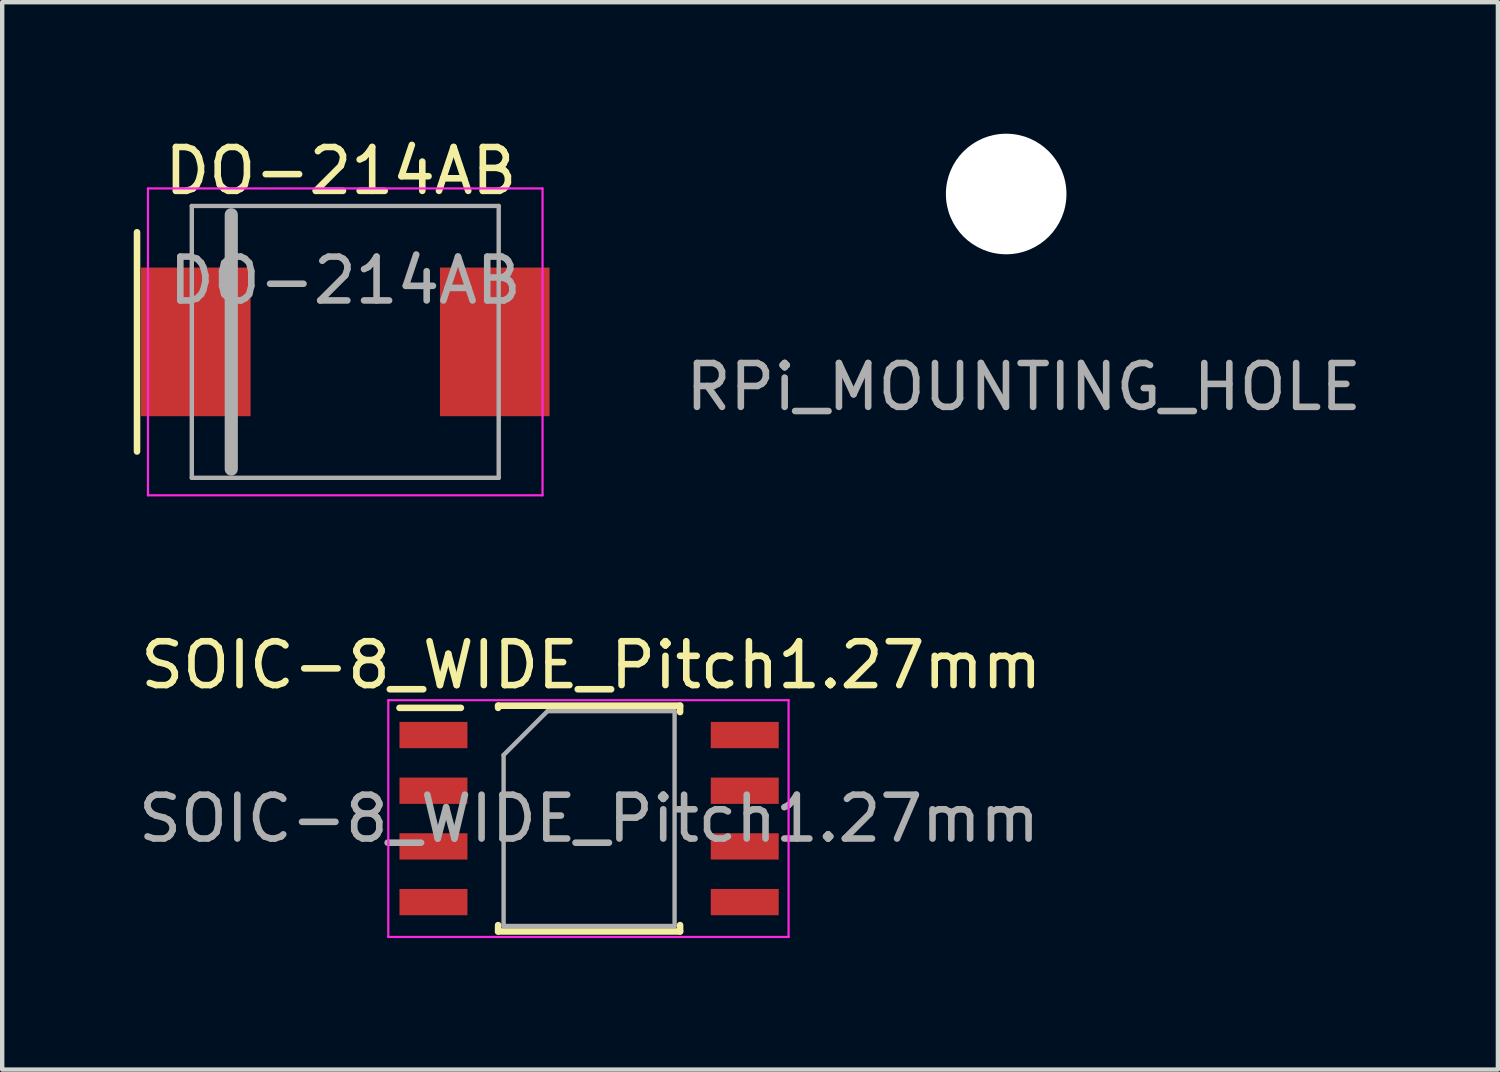
<source format=kicad_pcb>
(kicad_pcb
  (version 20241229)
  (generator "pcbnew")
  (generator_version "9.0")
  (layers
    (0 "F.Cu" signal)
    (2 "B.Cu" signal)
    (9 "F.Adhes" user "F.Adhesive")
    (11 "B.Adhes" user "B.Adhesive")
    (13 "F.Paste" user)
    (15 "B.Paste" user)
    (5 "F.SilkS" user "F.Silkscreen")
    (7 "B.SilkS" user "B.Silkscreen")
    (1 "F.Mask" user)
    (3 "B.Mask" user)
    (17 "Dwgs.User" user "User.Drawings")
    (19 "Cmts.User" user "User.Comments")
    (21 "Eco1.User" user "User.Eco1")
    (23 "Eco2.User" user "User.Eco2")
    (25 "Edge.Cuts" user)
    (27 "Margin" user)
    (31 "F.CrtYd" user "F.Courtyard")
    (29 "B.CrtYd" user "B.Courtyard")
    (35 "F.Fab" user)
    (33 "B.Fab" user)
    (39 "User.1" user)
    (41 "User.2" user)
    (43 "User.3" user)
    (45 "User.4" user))
  (footprint "RPi_MOUNTING_HOLE"
    (layer "F.Cu")
    (at 19.9 1.375)
    (property "Reference" "RPi_MOUNTING_HOLE" (at 0.4 4.4 0) (layer "F.Fab") (effects (font (size 1 1) (thickness 0.15))))
    (attr through_hole)
    (pad "" np_thru_hole circle (at 0 0) (size 2.75 2.75) (drill 2.75) (layers "*.Cu" "*.Mask")))
  (footprint "SOIC-8_WIDE_Pitch1.27mm"
    (layer "F.Cu")
    (at 9.537 15.621)
    (property "Reference" "SOIC-8_WIDE_Pitch1.27mm" (at 0.9 -3.5 0) (layer "F.SilkS") (effects (font (size 1 1) (thickness 0.15))))
    (attr smd)
    (fp_line (start -2.075 -2.525) (end -3.475 -2.525) (stroke (width 0.15) (type solid)) (layer "F.SilkS"))
    (fp_line (start -1.225 -2.575) (end -1.225 -2.525) (stroke (width 0.15) (type solid)) (layer "F.SilkS"))
    (fp_line (start -1.225 -2.575) (end 2.925 -2.575) (stroke (width 0.15) (type solid)) (layer "F.SilkS"))
    (fp_line (start -1.225 2.575) (end -1.225 2.43) (stroke (width 0.15) (type solid)) (layer "F.SilkS"))
    (fp_line (start -1.225 2.575) (end 2.925 2.575) (stroke (width 0.15) (type solid)) (layer "F.SilkS"))
    (fp_line (start 2.925 -2.575) (end 2.925 -2.43) (stroke (width 0.15) (type solid)) (layer "F.SilkS"))
    (fp_line (start 2.925 2.575) (end 2.925 2.43) (stroke (width 0.15) (type solid)) (layer "F.SilkS"))
    (fp_line (start -3.73 -2.7) (end -3.73 2.7) (stroke (width 0.05) (type solid)) (layer "F.CrtYd"))
    (fp_line (start -3.73 -2.7) (end 5.4 -2.7) (stroke (width 0.05) (type solid)) (layer "F.CrtYd"))
    (fp_line (start -3.73 2.7) (end 5.4 2.7) (stroke (width 0.05) (type solid)) (layer "F.CrtYd"))
    (fp_line (start 5.4 -2.7) (end 5.4 2.7) (stroke (width 0.05) (type solid)) (layer "F.CrtYd"))
    (fp_line (start -1.1 -1.45) (end -0.1 -2.45) (stroke (width 0.1) (type solid)) (layer "F.Fab"))
    (fp_line (start -1.1 2.45) (end -1.1 -1.45) (stroke (width 0.1) (type solid)) (layer "F.Fab"))
    (fp_line (start -0.1 -2.45) (end 2.8 -2.45) (stroke (width 0.1) (type solid)) (layer "F.Fab"))
    (fp_line (start 2.8 -2.45) (end 2.8 2.45) (stroke (width 0.1) (type solid)) (layer "F.Fab"))
    (fp_line (start 2.8 2.45) (end -1.1 2.45) (stroke (width 0.1) (type solid)) (layer "F.Fab"))
    (fp_text user "${REFERENCE}" (at 0.85 0 0) (layer "F.Fab") (effects (font (size 1 1) (thickness 0.15))))
    (pad "1" smd rect (at -2.7 -1.905) (size 1.55 0.6) (layers "F.Cu" "F.Mask" "F.Paste"))
    (pad "2" smd rect (at -2.7 -0.635) (size 1.55 0.6) (layers "F.Cu" "F.Mask" "F.Paste"))
    (pad "3" smd rect (at -2.7 0.635) (size 1.55 0.6) (layers "F.Cu" "F.Mask" "F.Paste"))
    (pad "4" smd rect (at -2.7 1.905) (size 1.55 0.6) (layers "F.Cu" "F.Mask" "F.Paste"))
    (pad "5" smd rect (at 4.4 1.905) (size 1.55 0.6) (layers "F.Cu" "F.Mask" "F.Paste"))
    (pad "6" smd rect (at 4.4 0.635) (size 1.55 0.6) (layers "F.Cu" "F.Mask" "F.Paste"))
    (pad "7" smd rect (at 4.4 -0.635) (size 1.55 0.6) (layers "F.Cu" "F.Mask" "F.Paste"))
    (pad "8" smd rect (at 4.4 -1.905) (size 1.55 0.6) (layers "F.Cu" "F.Mask" "F.Paste")))
  (footprint "DO-214AB"
    (layer "F.Cu")
    (at 4.825 4.748)
    (property "Reference" "DO-214AB" (at -0.1 -3.9 0) (layer "F.SilkS") (effects (font (size 1 1) (thickness 0.15))))
    (attr smd)
    (fp_line (start -4.75 -2.5) (end -4.75 2.5) (stroke (width 0.15) (type solid)) (layer "F.SilkS"))
    (fp_line (start -4.5 -3.5) (end 4.5 -3.5) (stroke (width 0.05) (type solid)) (layer "F.CrtYd"))
    (fp_line (start -4.5 3.5) (end -4.5 -3.5) (stroke (width 0.05) (type solid)) (layer "F.CrtYd"))
    (fp_line (start 4.5 -3.5) (end 4.5 3.5) (stroke (width 0.05) (type solid)) (layer "F.CrtYd"))
    (fp_line (start 4.5 3.5) (end -4.5 3.5) (stroke (width 0.05) (type solid)) (layer "F.CrtYd"))
    (fp_line (start -3.5 -3.1) (end 3.5 -3.1) (stroke (width 0.1) (type solid)) (layer "F.Fab"))
    (fp_line (start -3.5 3.1) (end -3.5 -3.1) (stroke (width 0.1) (type solid)) (layer "F.Fab"))
    (fp_line (start -2.6 -2.9) (end -2.6 2.9) (stroke (width 0.3) (type solid)) (layer "F.Fab"))
    (fp_line (start 3.5 -3.1) (end 3.5 3.1) (stroke (width 0.1) (type solid)) (layer "F.Fab"))
    (fp_line (start 3.5 3.1) (end -3.5 3.1) (stroke (width 0.1) (type solid)) (layer "F.Fab"))
    (fp_text user "${REFERENCE}" (at 0 -1.4 0) (layer "F.Fab") (effects (font (size 1 1) (thickness 0.15))))
    (pad "1" smd rect (at -3.41 0) (size 2.5 3.39) (layers "F.Cu" "F.Mask" "F.Paste"))
    (pad "2" smd rect (at 3.41 0) (size 2.5 3.39) (layers "F.Cu" "F.Mask" "F.Paste")))
  (gr_rect
    (start -3 -3)
    (end 31.116 21.346)
    (stroke (width 0.1) (type default))
    (fill no)
    (layer "Edge.Cuts")))
</source>
